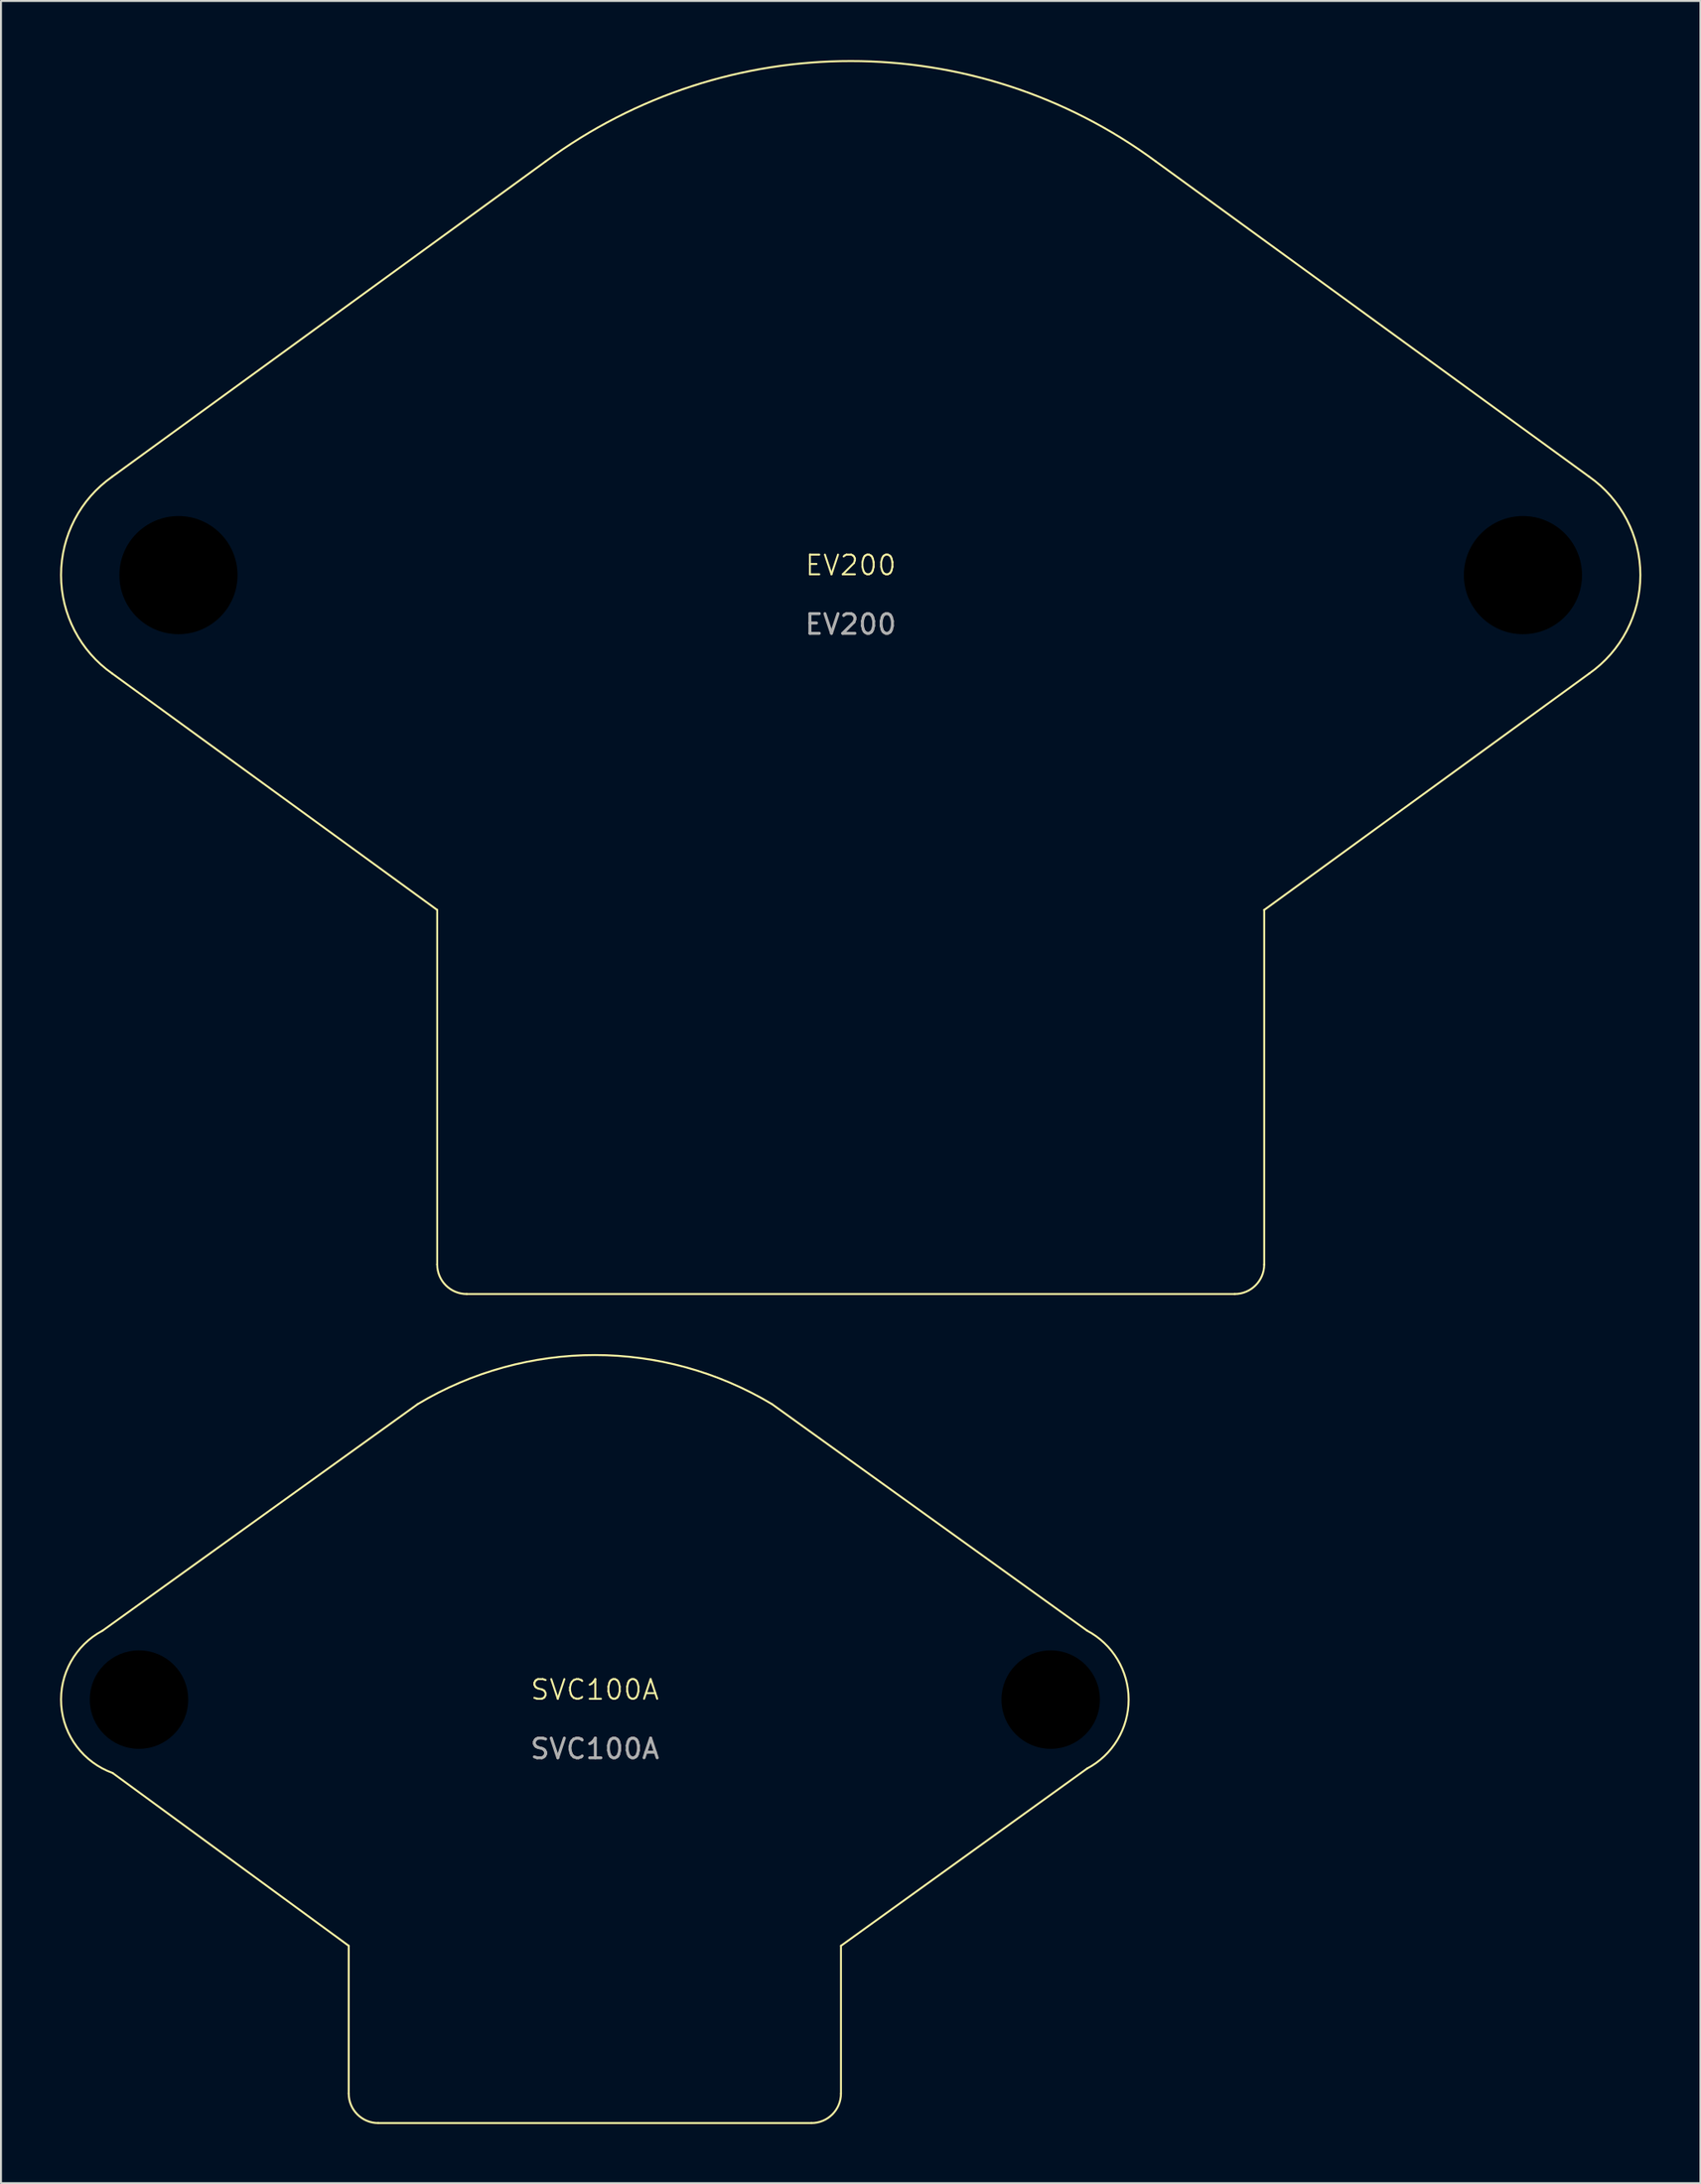
<source format=kicad_pcb>
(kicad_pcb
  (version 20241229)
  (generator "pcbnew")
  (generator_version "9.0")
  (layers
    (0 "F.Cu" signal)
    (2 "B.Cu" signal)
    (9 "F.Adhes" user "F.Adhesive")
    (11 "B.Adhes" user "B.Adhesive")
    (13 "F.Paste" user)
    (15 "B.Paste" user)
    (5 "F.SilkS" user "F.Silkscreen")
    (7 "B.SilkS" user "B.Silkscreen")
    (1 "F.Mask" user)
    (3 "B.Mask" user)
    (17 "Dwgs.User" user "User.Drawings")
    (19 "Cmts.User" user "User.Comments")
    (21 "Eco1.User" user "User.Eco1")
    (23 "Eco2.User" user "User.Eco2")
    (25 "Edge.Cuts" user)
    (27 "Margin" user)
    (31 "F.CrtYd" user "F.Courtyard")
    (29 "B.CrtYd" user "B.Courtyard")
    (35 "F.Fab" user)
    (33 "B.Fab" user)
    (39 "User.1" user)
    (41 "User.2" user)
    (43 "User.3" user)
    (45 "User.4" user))
  (footprint "SVC100A"
    (layer "F.Cu")
    (at 27.159 83.244)
    (property "Reference" "SVC100A" (at 0 -0.5 0) (unlocked yes) (layer "F.SilkS") (effects (font (size 1 1) (thickness 0.1))))
    (attr through_hole)
    (fp_line (start -25 -3.5) (end -9 -15) (stroke (width 0.1) (type default)) (layer "F.SilkS"))
    (fp_line (start -24.491 3.725) (end -12.5 12.5) (stroke (width 0.1) (type default)) (layer "F.SilkS"))
    (fp_line (start -12.5 20) (end -12.5 12.5) (stroke (width 0.1) (type default)) (layer "F.SilkS"))
    (fp_line (start -11 21.5) (end 11 21.5) (stroke (width 0.1) (type default)) (layer "F.SilkS"))
    (fp_line (start 12.5 20) (end 12.5 12.5) (stroke (width 0.1) (type default)) (layer "F.SilkS"))
    (fp_line (start 25 -3.5) (end 9 -15) (stroke (width 0.1) (type default)) (layer "F.SilkS"))
    (fp_line (start 25 3.5) (end 12.5 12.5) (stroke (width 0.1) (type default)) (layer "F.SilkS"))
    (fp_arc (start -24.49094 3.724832) (mid -27.099059 0.27825) (end -25 -3.499999) (stroke (width 0.1) (type default)) (layer "F.SilkS"))
    (fp_arc (start -11 21.5) (mid -12.06066 21.06066) (end -12.5 20) (stroke (width 0.1) (type default)) (layer "F.SilkS"))
    (fp_arc (start -9 -14.999999) (mid 0 -17.492855) (end 9 -14.999999) (stroke (width 0.1) (type default)) (layer "F.SilkS"))
    (fp_arc (start 12.5 20) (mid 12.06066 21.06066) (end 11 21.5) (stroke (width 0.1) (type default)) (layer "F.SilkS"))
    (fp_arc (start 25 -3.499999) (mid 27.10885 0) (end 25 3.499999) (stroke (width 0.1) (type default)) (layer "F.SilkS"))
    (fp_text user "${REFERENCE}" (at 0 2.5 0) (unlocked yes) (layer "F.Fab") (effects (font (size 1 1) (thickness 0.15))))
    (pad "" np_thru_hole circle (at -23.15 0) (size 7 7) (drill 5) (layers "*.Mask"))
    (pad "" np_thru_hole circle (at 23.15 0) (size 7 7) (drill 5) (layers "*.Mask")))
  (footprint "EV200"
    (layer "F.Cu")
    (at 40.153 26.151)
    (property "Reference" "EV200" (at 0 -0.5 0) (unlocked yes) (layer "F.SilkS") (effects (font (size 1 1) (thickness 0.1))))
    (attr through_hole)
    (fp_line (start -37.5 -5) (end -15.5 -21) (stroke (width 0.1) (type default)) (layer "F.SilkS"))
    (fp_line (start -37.5 5) (end -21 17) (stroke (width 0.1) (type default)) (layer "F.SilkS"))
    (fp_line (start -21 35) (end -21 17) (stroke (width 0.1) (type default)) (layer "F.SilkS"))
    (fp_line (start -19.5 36.5) (end 19.5 36.5) (stroke (width 0.1) (type default)) (layer "F.SilkS"))
    (fp_line (start 15.5 -21) (end 37.5 -5) (stroke (width 0.1) (type default)) (layer "F.SilkS"))
    (fp_line (start 21 17) (end 37.5 5) (stroke (width 0.1) (type default)) (layer "F.SilkS"))
    (fp_line (start 21 35) (end 21 17) (stroke (width 0.1) (type default)) (layer "F.SilkS"))
    (fp_arc (start -37.5 4.999999) (mid -40.103277 0) (end -37.5 -4.999999) (stroke (width 0.1) (type default)) (layer "F.SilkS"))
    (fp_arc (start -19.5 36.5) (mid -20.56066 36.06066) (end -21 35) (stroke (width 0.1) (type default)) (layer "F.SilkS"))
    (fp_arc (start -15.5 -21) (mid 0 -26.100766) (end 15.5 -21) (stroke (width 0.1) (type default)) (layer "F.SilkS"))
    (fp_arc (start 21 35) (mid 20.56066 36.06066) (end 19.5 36.5) (stroke (width 0.1) (type default)) (layer "F.SilkS"))
    (fp_arc (start 37.5 -4.999999) (mid 40.103277 0) (end 37.5 4.999999) (stroke (width 0.1) (type default)) (layer "F.SilkS"))
    (fp_text user "${REFERENCE}" (at 0 2.5 0) (unlocked yes) (layer "F.Fab") (effects (font (size 1 1) (thickness 0.15))))
    (pad "" np_thru_hole circle (at -34.14 0) (size 8 8) (drill 6) (layers "*.Mask"))
    (pad "" np_thru_hole circle (at 34.14 0) (size 8 8) (drill 6) (layers "*.Mask")))
  (gr_rect
    (start -3 -3)
    (end 83.307 107.794)
    (stroke (width 0.1) (type default))
    (fill no)
    (layer "Edge.Cuts")))
</source>
